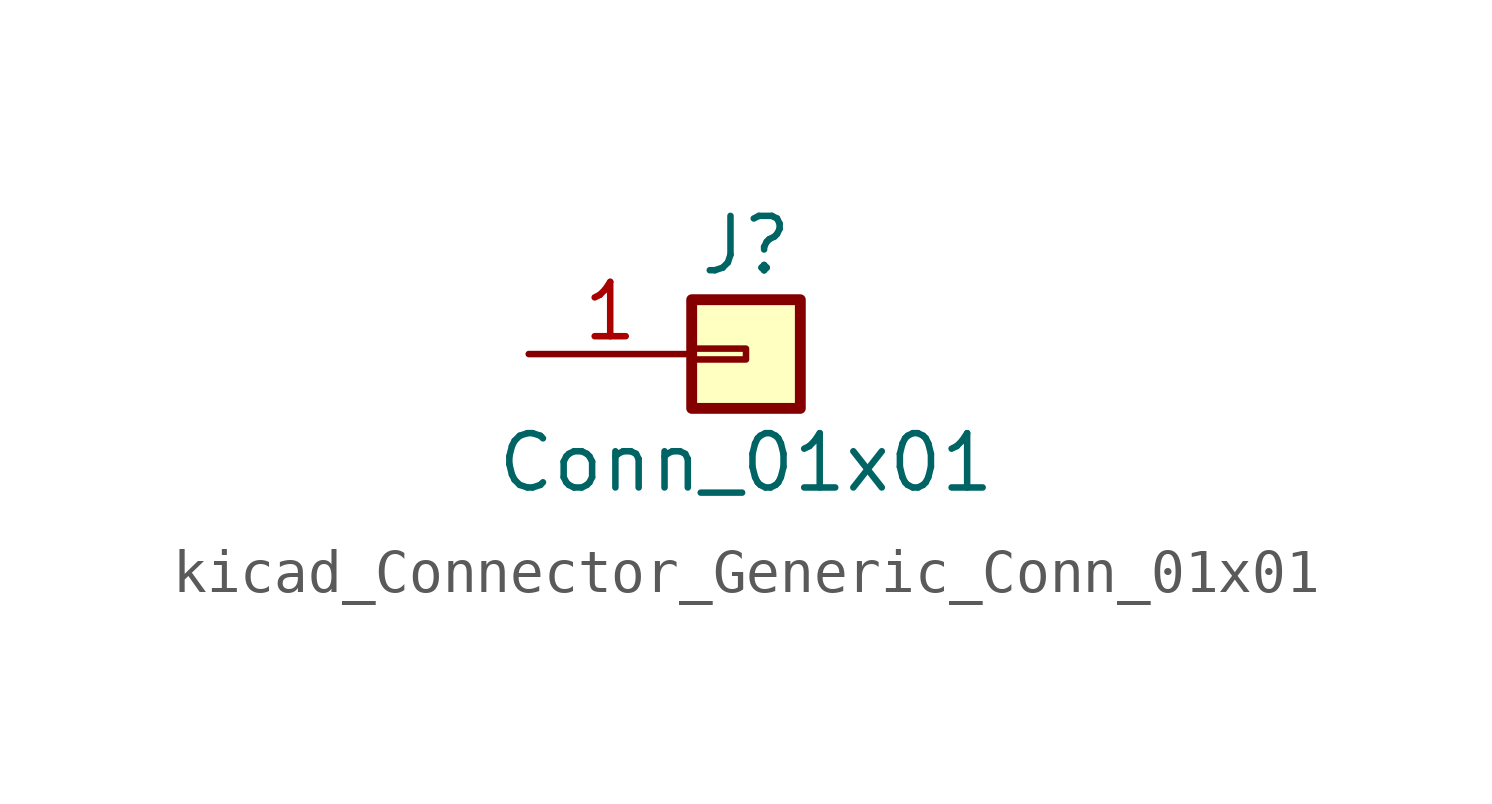
<source format=kicad_sym>
(kicad_symbol_lib
  (version 20220914)
  (generator kicad_symbol_editor)
  (symbol "kicad_Connector_Generic_Conn_01x01"
    (pin_names
      (offset 1.016) hide)
    (property "Reference" "J"
      (at 0 2.54 0)
      (effects (font (size 1.27 1.27))))
    (property "Value" "Conn_01x01"
      (at 0 -2.54 0)
      (effects (font (size 1.27 1.27))))
    (symbol "kicad_Connector_Generic_Conn_01x01_1_1"
      (rectangle (start -1.27 0.127) (end 0 -0.127) (stroke (width 0.152) (type default)) (fill (type none)))
      (rectangle (start -1.27 1.27) (end 1.27 -1.27) (stroke (width 0.254) (type default)) (fill (type background)))
      (pin passive line (at -5.08 0 0) (length 3.81) (name "Pin_1" (effects (font (size 1.27 1.27)))) (number "1" (effects (font (size 1.27 1.27))))))))
</source>
